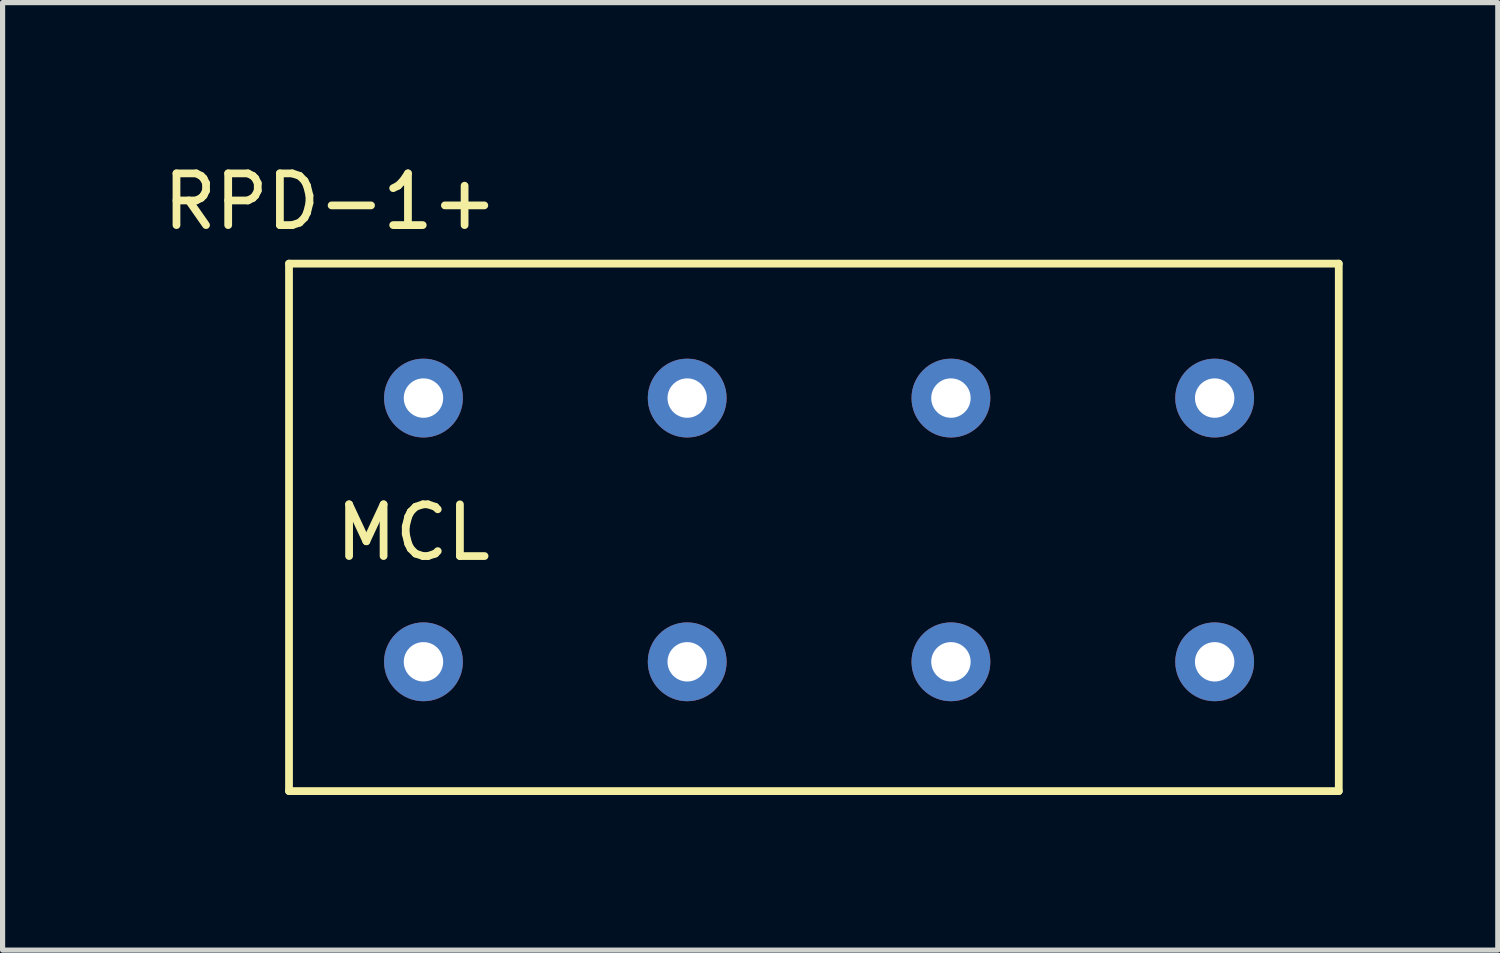
<source format=kicad_pcb>
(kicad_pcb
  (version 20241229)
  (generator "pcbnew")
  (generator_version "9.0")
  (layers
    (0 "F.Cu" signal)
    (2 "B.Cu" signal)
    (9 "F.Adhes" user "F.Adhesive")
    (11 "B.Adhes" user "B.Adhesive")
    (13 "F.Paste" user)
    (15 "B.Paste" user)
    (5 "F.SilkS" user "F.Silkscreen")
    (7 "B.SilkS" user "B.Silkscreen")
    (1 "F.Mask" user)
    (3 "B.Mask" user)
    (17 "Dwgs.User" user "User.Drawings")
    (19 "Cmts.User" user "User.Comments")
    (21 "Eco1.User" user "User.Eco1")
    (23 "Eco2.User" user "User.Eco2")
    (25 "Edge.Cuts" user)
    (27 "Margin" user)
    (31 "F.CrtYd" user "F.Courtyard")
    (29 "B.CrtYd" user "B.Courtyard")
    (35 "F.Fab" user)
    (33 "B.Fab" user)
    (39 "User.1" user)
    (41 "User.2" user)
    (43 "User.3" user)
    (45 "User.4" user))
  (footprint "RPD-1+"
    (layer "F.Cu")
    (at 5.039 4.548)
    (property "Reference" "RPD-1+" (at -1.7 -3.7 0) (layer "F.SilkS") (effects (font (size 1 1) (thickness 0.15))))
    (attr through_hole)
    (fp_line (start -2.5 -2.5) (end 17.8 -2.5) (stroke (width 0.15) (type solid)) (layer "F.SilkS"))
    (fp_line (start -2.5 7.7) (end -2.5 -2.5) (stroke (width 0.15) (type solid)) (layer "F.SilkS"))
    (fp_line (start 17.8 -2.5) (end 17.8 7.7) (stroke (width 0.15) (type solid)) (layer "F.SilkS"))
    (fp_line (start 17.8 7.7) (end -2.5 7.7) (stroke (width 0.15) (type solid)) (layer "F.SilkS"))
    (fp_text user "MCL" (at -0.1 2.7 0) (layer "F.SilkS") (effects (font (size 1 1) (thickness 0.15))))
    (pad "1" thru_hole circle (at 0.1 5.2 180) (size 1.524 1.524) (drill 0.762) (layers "*.Cu" "*.Mask"))
    (pad "2" thru_hole circle (at 0.1 0.1 180) (size 1.524 1.524) (drill 0.762) (layers "*.Cu" "*.Mask"))
    (pad "3" thru_hole circle (at 5.2 5.2 180) (size 1.524 1.524) (drill 0.762) (layers "*.Cu" "*.Mask"))
    (pad "4" thru_hole circle (at 5.2 0.1 180) (size 1.524 1.524) (drill 0.762) (layers "*.Cu" "*.Mask"))
    (pad "5" thru_hole circle (at 10.3 5.2 180) (size 1.524 1.524) (drill 0.762) (layers "*.Cu" "*.Mask"))
    (pad "6" thru_hole circle (at 10.3 0.1 180) (size 1.524 1.524) (drill 0.762) (layers "*.Cu" "*.Mask"))
    (pad "7" thru_hole circle (at 15.4 5.2 180) (size 1.524 1.524) (drill 0.762) (layers "*.Cu" "*.Mask"))
    (pad "8" thru_hole circle (at 15.4 0.1 180) (size 1.524 1.524) (drill 0.762) (layers "*.Cu" "*.Mask")))
  (gr_rect
    (start -3 -3)
    (end 25.914 15.323)
    (stroke (width 0.1) (type default))
    (fill no)
    (layer "Edge.Cuts")))
</source>
